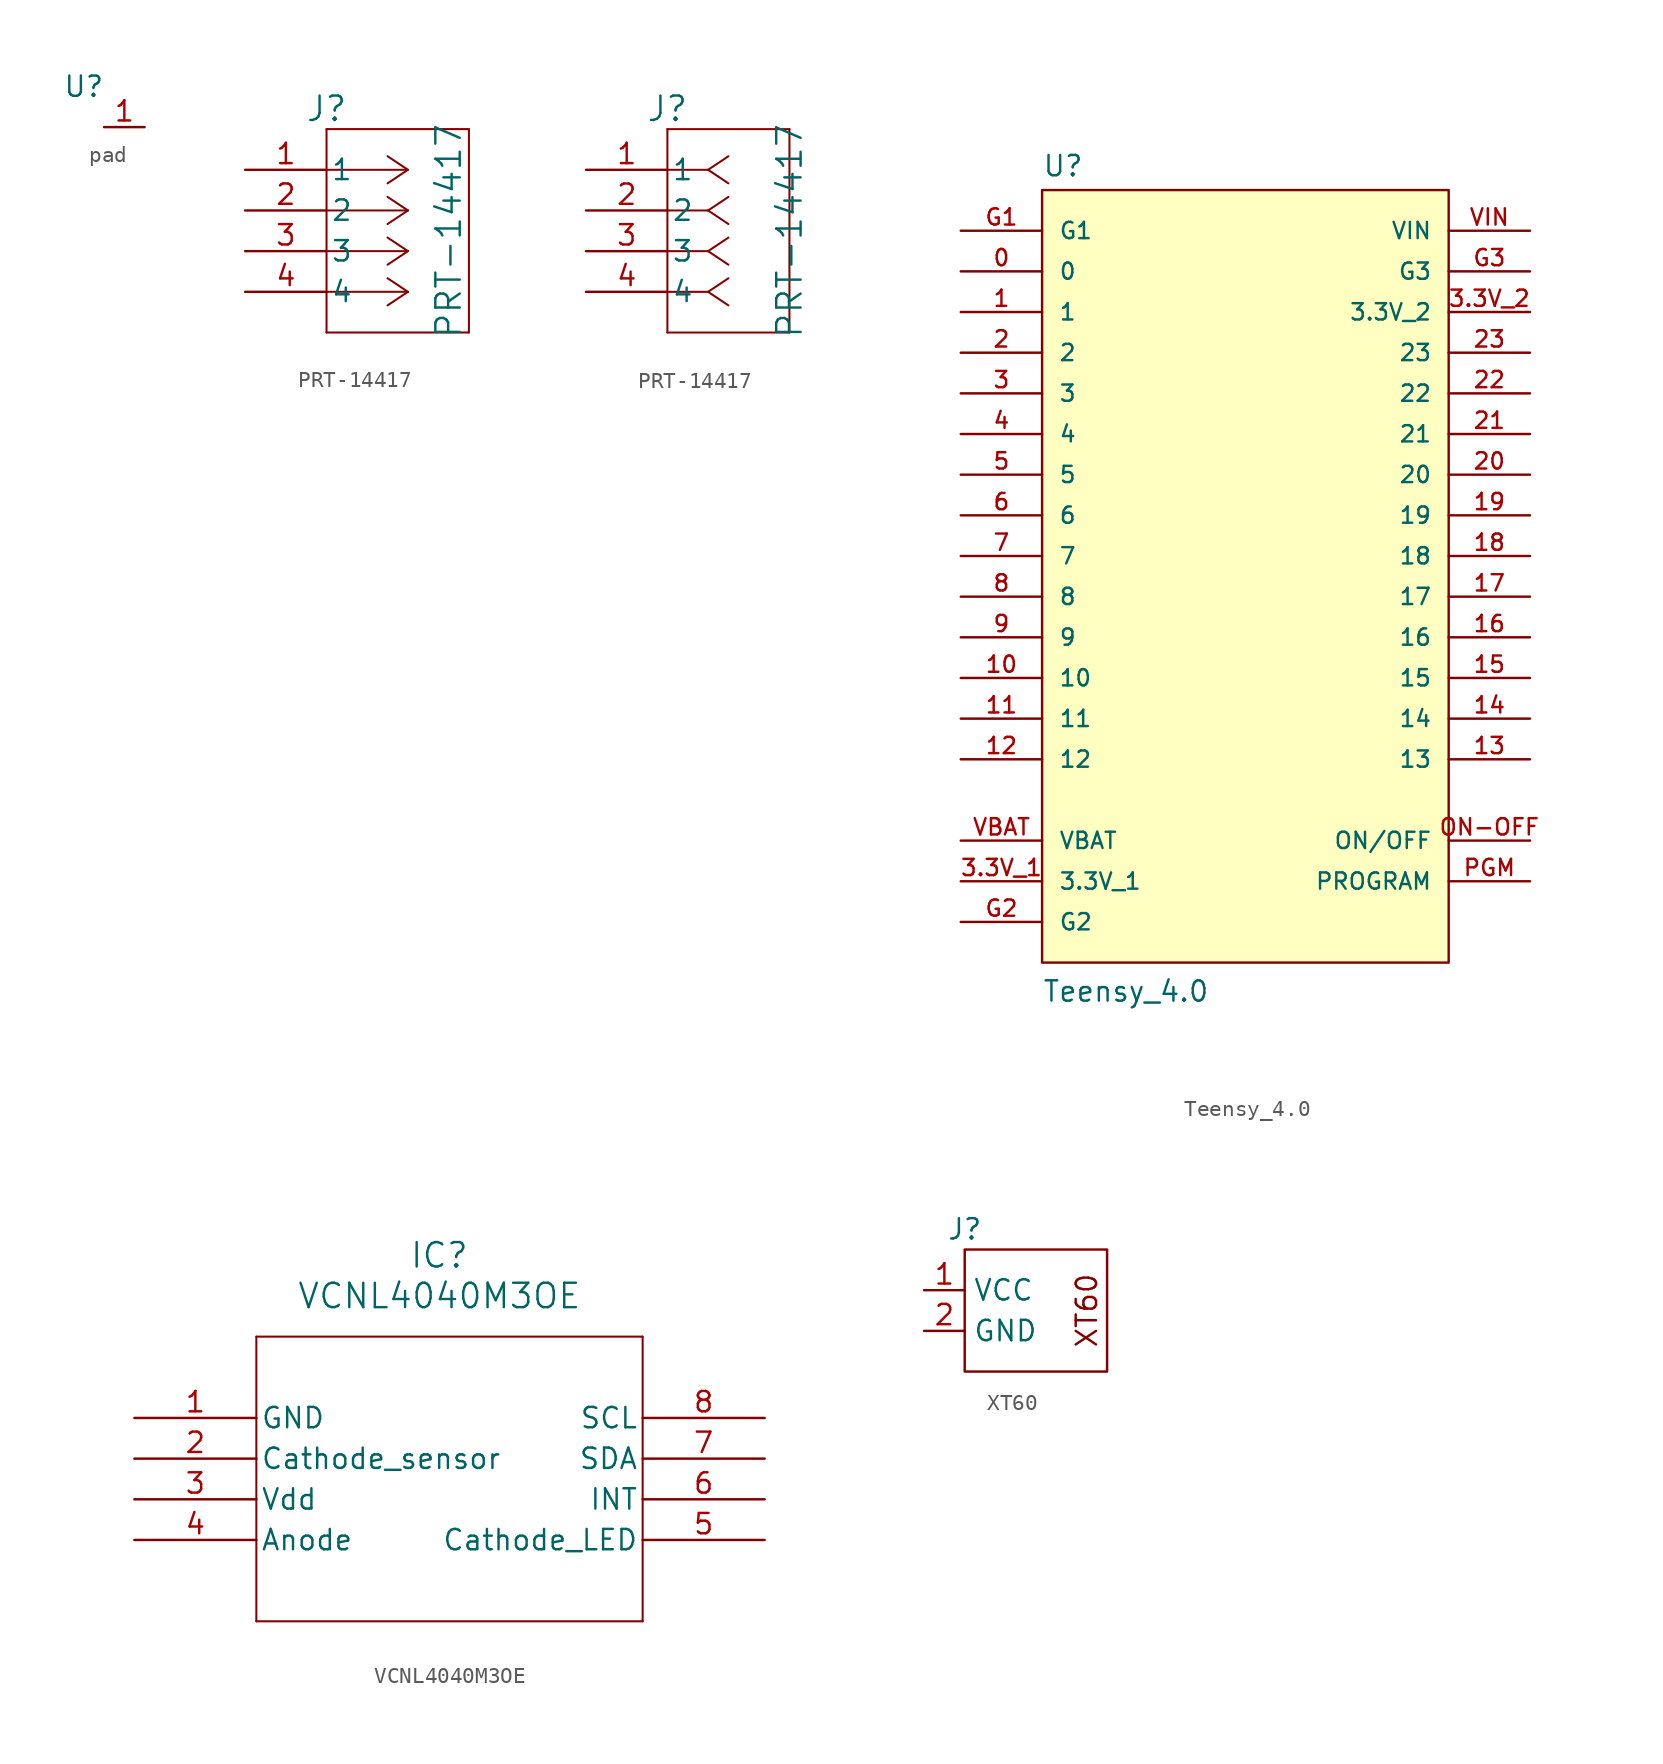
<source format=kicad_sym>
(kicad_symbol_lib
  (version 20220914)
  (generator kicad_symbol_editor)
  (symbol "pad"
    (property "Reference" "U"
      (at -1.27 2.54 0)
      (effects (font (size 1.27 1.27))))
    (symbol "pad_1_1"
      (pin passive line (at 0 0 0) (length 2.54) (name "" (effects (font (size 1.27 1.27)))) (number "1" (effects (font (size 1.27 1.27)))))))
  (symbol "PRT-14417"
    (pin_names
      (offset 0.254))
    (property "Reference" "J"
      (at 5.08 3.81 0)
      (effects (font (size 1.524 1.524))))
    (property "Value" "PRT-14417"
      (at 12.7 -3.81 90)
      (effects (font (size 1.524 1.524))))
    (symbol "PRT-14417_1_1"
      (polyline (pts (xy 5.08 -10.16) (xy 13.97 -10.16)) (stroke (width 0.127) (type default)) (fill (type none)))
      (polyline (pts (xy 5.08 2.54) (xy 5.08 -10.16)) (stroke (width 0.127) (type default)) (fill (type none)))
      (polyline (pts (xy 10.16 -7.62) (xy 5.08 -7.62)) (stroke (width 0.127) (type default)) (fill (type none)))
      (polyline (pts (xy 10.16 -7.62) (xy 8.89 -8.467)) (stroke (width 0.127) (type default)) (fill (type none)))
      (polyline (pts (xy 10.16 -7.62) (xy 8.89 -6.773)) (stroke (width 0.127) (type default)) (fill (type none)))
      (polyline (pts (xy 10.16 -5.08) (xy 5.08 -5.08)) (stroke (width 0.127) (type default)) (fill (type none)))
      (polyline (pts (xy 10.16 -5.08) (xy 8.89 -5.927)) (stroke (width 0.127) (type default)) (fill (type none)))
      (polyline (pts (xy 10.16 -5.08) (xy 8.89 -4.233)) (stroke (width 0.127) (type default)) (fill (type none)))
      (polyline (pts (xy 10.16 -2.54) (xy 5.08 -2.54)) (stroke (width 0.127) (type default)) (fill (type none)))
      (polyline (pts (xy 10.16 -2.54) (xy 8.89 -3.387)) (stroke (width 0.127) (type default)) (fill (type none)))
      (polyline (pts (xy 10.16 -2.54) (xy 8.89 -1.693)) (stroke (width 0.127) (type default)) (fill (type none)))
      (polyline (pts (xy 10.16 0) (xy 5.08 0)) (stroke (width 0.127) (type default)) (fill (type none)))
      (polyline (pts (xy 10.16 0) (xy 8.89 -0.847)) (stroke (width 0.127) (type default)) (fill (type none)))
      (polyline (pts (xy 10.16 0) (xy 8.89 0.847)) (stroke (width 0.127) (type default)) (fill (type none)))
      (polyline (pts (xy 13.97 -10.16) (xy 13.97 2.54)) (stroke (width 0.127) (type default)) (fill (type none)))
      (polyline (pts (xy 13.97 2.54) (xy 5.08 2.54)) (stroke (width 0.127) (type default)) (fill (type none)))
      (pin unspecified line (at 0 0 0) (length 5.08) (name "1" (effects (font (size 1.27 1.27)))) (number "1" (effects (font (size 1.27 1.27)))))
      (pin unspecified line (at 0 -2.54 0) (length 5.08) (name "2" (effects (font (size 1.27 1.27)))) (number "2" (effects (font (size 1.27 1.27)))))
      (pin unspecified line (at 0 -5.08 0) (length 5.08) (name "3" (effects (font (size 1.27 1.27)))) (number "3" (effects (font (size 1.27 1.27)))))
      (pin unspecified line (at 0 -7.62 0) (length 5.08) (name "4" (effects (font (size 1.27 1.27)))) (number "4" (effects (font (size 1.27 1.27))))))
    (symbol "PRT-14417_1_2"
      (polyline (pts (xy 5.08 -10.16) (xy 12.7 -10.16)) (stroke (width 0.127) (type default)) (fill (type none)))
      (polyline (pts (xy 5.08 2.54) (xy 5.08 -10.16)) (stroke (width 0.127) (type default)) (fill (type none)))
      (polyline (pts (xy 7.62 -7.62) (xy 5.08 -7.62)) (stroke (width 0.127) (type default)) (fill (type none)))
      (polyline (pts (xy 7.62 -7.62) (xy 8.89 -8.467)) (stroke (width 0.127) (type default)) (fill (type none)))
      (polyline (pts (xy 7.62 -7.62) (xy 8.89 -6.773)) (stroke (width 0.127) (type default)) (fill (type none)))
      (polyline (pts (xy 7.62 -5.08) (xy 5.08 -5.08)) (stroke (width 0.127) (type default)) (fill (type none)))
      (polyline (pts (xy 7.62 -5.08) (xy 8.89 -5.927)) (stroke (width 0.127) (type default)) (fill (type none)))
      (polyline (pts (xy 7.62 -5.08) (xy 8.89 -4.233)) (stroke (width 0.127) (type default)) (fill (type none)))
      (polyline (pts (xy 7.62 -2.54) (xy 5.08 -2.54)) (stroke (width 0.127) (type default)) (fill (type none)))
      (polyline (pts (xy 7.62 -2.54) (xy 8.89 -3.387)) (stroke (width 0.127) (type default)) (fill (type none)))
      (polyline (pts (xy 7.62 -2.54) (xy 8.89 -1.693)) (stroke (width 0.127) (type default)) (fill (type none)))
      (polyline (pts (xy 7.62 0) (xy 5.08 0)) (stroke (width 0.127) (type default)) (fill (type none)))
      (polyline (pts (xy 7.62 0) (xy 8.89 -0.847)) (stroke (width 0.127) (type default)) (fill (type none)))
      (polyline (pts (xy 7.62 0) (xy 8.89 0.847)) (stroke (width 0.127) (type default)) (fill (type none)))
      (polyline (pts (xy 12.7 -10.16) (xy 12.7 2.54)) (stroke (width 0.127) (type default)) (fill (type none)))
      (polyline (pts (xy 12.7 2.54) (xy 5.08 2.54)) (stroke (width 0.127) (type default)) (fill (type none)))
      (pin unspecified line (at 0 0 0) (length 5.08) (name "1" (effects (font (size 1.27 1.27)))) (number "1" (effects (font (size 1.27 1.27)))))
      (pin unspecified line (at 0 -2.54 0) (length 5.08) (name "2" (effects (font (size 1.27 1.27)))) (number "2" (effects (font (size 1.27 1.27)))))
      (pin unspecified line (at 0 -5.08 0) (length 5.08) (name "3" (effects (font (size 1.27 1.27)))) (number "3" (effects (font (size 1.27 1.27)))))
      (pin unspecified line (at 0 -7.62 0) (length 5.08) (name "4" (effects (font (size 1.27 1.27)))) (number "4" (effects (font (size 1.27 1.27)))))))
  (symbol "Teensy_4.0"
    (pin_names
      (offset 1.016))
    (property "Reference" "U"
      (at -12.7 23.622 0)
      (effects (font (size 1.27 1.27)) (justify left bottom)))
    (property "Value" "Teensy_4.0"
      (at -12.7 -27.94 0)
      (effects (font (size 1.27 1.27)) (justify left bottom)))
    (symbol "Teensy_4.0_0_0"
      (rectangle (start -12.7 22.86) (end 12.7 -25.4) (stroke (width 0.152) (type default)) (fill (type background)))
      (pin bidirectional line (at -17.78 17.78 0) (length 5.08) (name "0" (effects (font (size 1.016 1.016)))) (number "0" (effects (font (size 1.016 1.016)))))
      (pin bidirectional line (at -17.78 15.24 0) (length 5.08) (name "1" (effects (font (size 1.016 1.016)))) (number "1" (effects (font (size 1.016 1.016)))))
      (pin bidirectional line (at -17.78 -7.62 0) (length 5.08) (name "10" (effects (font (size 1.016 1.016)))) (number "10" (effects (font (size 1.016 1.016)))))
      (pin bidirectional line (at -17.78 -10.16 0) (length 5.08) (name "11" (effects (font (size 1.016 1.016)))) (number "11" (effects (font (size 1.016 1.016)))))
      (pin bidirectional line (at -17.78 -12.7 0) (length 5.08) (name "12" (effects (font (size 1.016 1.016)))) (number "12" (effects (font (size 1.016 1.016)))))
      (pin bidirectional line (at 17.78 -12.7 180) (length 5.08) (name "13" (effects (font (size 1.016 1.016)))) (number "13" (effects (font (size 1.016 1.016)))))
      (pin bidirectional line (at 17.78 -10.16 180) (length 5.08) (name "14" (effects (font (size 1.016 1.016)))) (number "14" (effects (font (size 1.016 1.016)))))
      (pin bidirectional line (at 17.78 -7.62 180) (length 5.08) (name "15" (effects (font (size 1.016 1.016)))) (number "15" (effects (font (size 1.016 1.016)))))
      (pin bidirectional line (at 17.78 -5.08 180) (length 5.08) (name "16" (effects (font (size 1.016 1.016)))) (number "16" (effects (font (size 1.016 1.016)))))
      (pin bidirectional line (at 17.78 -2.54 180) (length 5.08) (name "17" (effects (font (size 1.016 1.016)))) (number "17" (effects (font (size 1.016 1.016)))))
      (pin bidirectional line (at 17.78 0 180) (length 5.08) (name "18" (effects (font (size 1.016 1.016)))) (number "18" (effects (font (size 1.016 1.016)))))
      (pin bidirectional line (at 17.78 2.54 180) (length 5.08) (name "19" (effects (font (size 1.016 1.016)))) (number "19" (effects (font (size 1.016 1.016)))))
      (pin bidirectional line (at -17.78 12.7 0) (length 5.08) (name "2" (effects (font (size 1.016 1.016)))) (number "2" (effects (font (size 1.016 1.016)))))
      (pin bidirectional line (at 17.78 5.08 180) (length 5.08) (name "20" (effects (font (size 1.016 1.016)))) (number "20" (effects (font (size 1.016 1.016)))))
      (pin bidirectional line (at 17.78 7.62 180) (length 5.08) (name "21" (effects (font (size 1.016 1.016)))) (number "21" (effects (font (size 1.016 1.016)))))
      (pin bidirectional line (at 17.78 10.16 180) (length 5.08) (name "22" (effects (font (size 1.016 1.016)))) (number "22" (effects (font (size 1.016 1.016)))))
      (pin bidirectional line (at 17.78 12.7 180) (length 5.08) (name "23" (effects (font (size 1.016 1.016)))) (number "23" (effects (font (size 1.016 1.016)))))
      (pin bidirectional line (at -17.78 10.16 0) (length 5.08) (name "3" (effects (font (size 1.016 1.016)))) (number "3" (effects (font (size 1.016 1.016)))))
      (pin power_in line (at -17.78 -20.32 0) (length 5.08) (name "3.3V_1" (effects (font (size 1.016 1.016)))) (number "3.3V_1" (effects (font (size 1.016 1.016)))))
      (pin power_in line (at 17.78 15.24 180) (length 5.08) (name "3.3V_2" (effects (font (size 1.016 1.016)))) (number "3.3V_2" (effects (font (size 1.016 1.016)))))
      (pin bidirectional line (at -17.78 7.62 0) (length 5.08) (name "4" (effects (font (size 1.016 1.016)))) (number "4" (effects (font (size 1.016 1.016)))))
      (pin bidirectional line (at -17.78 5.08 0) (length 5.08) (name "5" (effects (font (size 1.016 1.016)))) (number "5" (effects (font (size 1.016 1.016)))))
      (pin bidirectional line (at -17.78 2.54 0) (length 5.08) (name "6" (effects (font (size 1.016 1.016)))) (number "6" (effects (font (size 1.016 1.016)))))
      (pin bidirectional line (at -17.78 0 0) (length 5.08) (name "7" (effects (font (size 1.016 1.016)))) (number "7" (effects (font (size 1.016 1.016)))))
      (pin bidirectional line (at -17.78 -2.54 0) (length 5.08) (name "8" (effects (font (size 1.016 1.016)))) (number "8" (effects (font (size 1.016 1.016)))))
      (pin bidirectional line (at -17.78 -5.08 0) (length 5.08) (name "9" (effects (font (size 1.016 1.016)))) (number "9" (effects (font (size 1.016 1.016)))))
      (pin power_in line (at -17.78 20.32 0) (length 5.08) (name "G1" (effects (font (size 1.016 1.016)))) (number "G1" (effects (font (size 1.016 1.016)))))
      (pin power_in line (at -17.78 -22.86 0) (length 5.08) (name "G2" (effects (font (size 1.016 1.016)))) (number "G2" (effects (font (size 1.016 1.016)))))
      (pin power_in line (at 17.78 17.78 180) (length 5.08) (name "G3" (effects (font (size 1.016 1.016)))) (number "G3" (effects (font (size 1.016 1.016)))))
      (pin bidirectional line (at 17.78 -20.32 180) (length 5.08) (name "PROGRAM" (effects (font (size 1.016 1.016)))) (number "PGM" (effects (font (size 1.016 1.016)))))
      (pin power_in line (at -17.78 -17.78 0) (length 5.08) (name "VBAT" (effects (font (size 1.016 1.016)))) (number "VBAT" (effects (font (size 1.016 1.016)))))
      (pin power_in line (at 17.78 20.32 180) (length 5.08) (name "VIN" (effects (font (size 1.016 1.016)))) (number "VIN" (effects (font (size 1.016 1.016))))))
    (symbol "Teensy_4.0_1_0"
      (pin bidirectional line (at 17.78 -17.78 180) (length 5.08) (name "ON/OFF" (effects (font (size 1.016 1.016)))) (number "ON-OFF" (effects (font (size 1.016 1.016)))))))
  (symbol "VCNL4040M3OE"
    (pin_names
      (offset 0.254))
    (property "Reference" "IC"
      (at 19.05 10.16 0)
      (effects (font (size 1.524 1.524))))
    (property "Value" "VCNL4040M3OE"
      (at 19.05 7.62 0)
      (effects (font (size 1.524 1.524))))
    (symbol "VCNL4040M3OE_0_1"
      (polyline (pts (xy 7.62 -12.7) (xy 31.75 -12.7)) (stroke (width 0.127) (type default)) (fill (type none)))
      (polyline (pts (xy 7.62 5.08) (xy 7.62 -12.7)) (stroke (width 0.127) (type default)) (fill (type none)))
      (polyline (pts (xy 31.75 -12.7) (xy 31.75 5.08)) (stroke (width 0.127) (type default)) (fill (type none)))
      (polyline (pts (xy 31.75 5.08) (xy 7.62 5.08)) (stroke (width 0.127) (type default)) (fill (type none))))
    (symbol "VCNL4040M3OE_1_1"
      (pin bidirectional line (at 0 0 0) (length 7.62) (name "GND" (effects (font (size 1.27 1.27)))) (number "1" (effects (font (size 1.27 1.27)))))
      (pin unspecified line (at 0 -2.54 0) (length 7.62) (name "Cathode_sensor" (effects (font (size 1.27 1.27)))) (number "2" (effects (font (size 1.27 1.27)))))
      (pin bidirectional line (at 0 -5.08 0) (length 7.62) (name "Vdd" (effects (font (size 1.27 1.27)))) (number "3" (effects (font (size 1.27 1.27)))))
      (pin bidirectional line (at 0 -7.62 0) (length 7.62) (name "Anode" (effects (font (size 1.27 1.27)))) (number "4" (effects (font (size 1.27 1.27)))))
      (pin bidirectional line (at 39.37 -7.62 180) (length 7.62) (name "Cathode_LED" (effects (font (size 1.27 1.27)))) (number "5" (effects (font (size 1.27 1.27)))))
      (pin bidirectional line (at 39.37 -5.08 180) (length 7.62) (name "INT" (effects (font (size 1.27 1.27)))) (number "6" (effects (font (size 1.27 1.27)))))
      (pin bidirectional line (at 39.37 -2.54 180) (length 7.62) (name "SDA" (effects (font (size 1.27 1.27)))) (number "7" (effects (font (size 1.27 1.27)))))
      (pin bidirectional line (at 39.37 0 180) (length 7.62) (name "SCL" (effects (font (size 1.27 1.27)))) (number "8" (effects (font (size 1.27 1.27)))))))
  (symbol "XT60"
    (property "Reference" "J"
      (at 2.54 1.27 0)
      (effects (font (size 1.27 1.27))))
    (property "Value" ""
      (at 0 0 0)
      (effects (font (size 1.27 1.27))))
    (symbol "XT60_0_1"
      (rectangle (start 2.54 0) (end 11.43 -7.62) (stroke (width 0) (type default)) (fill (type none))))
    (symbol "XT60_1_1"
      (text "XT60" (at 10.16 -3.81 900) (effects (font (size 1.27 1.27))))
      (pin bidirectional line (at 0 -2.54 0) (length 2.54) (name "VCC" (effects (font (size 1.27 1.27)))) (number "1" (effects (font (size 1.27 1.27)))))
      (pin bidirectional line (at 0 -5.08 0) (length 2.54) (name "GND" (effects (font (size 1.27 1.27)))) (number "2" (effects (font (size 1.27 1.27))))))))
</source>
